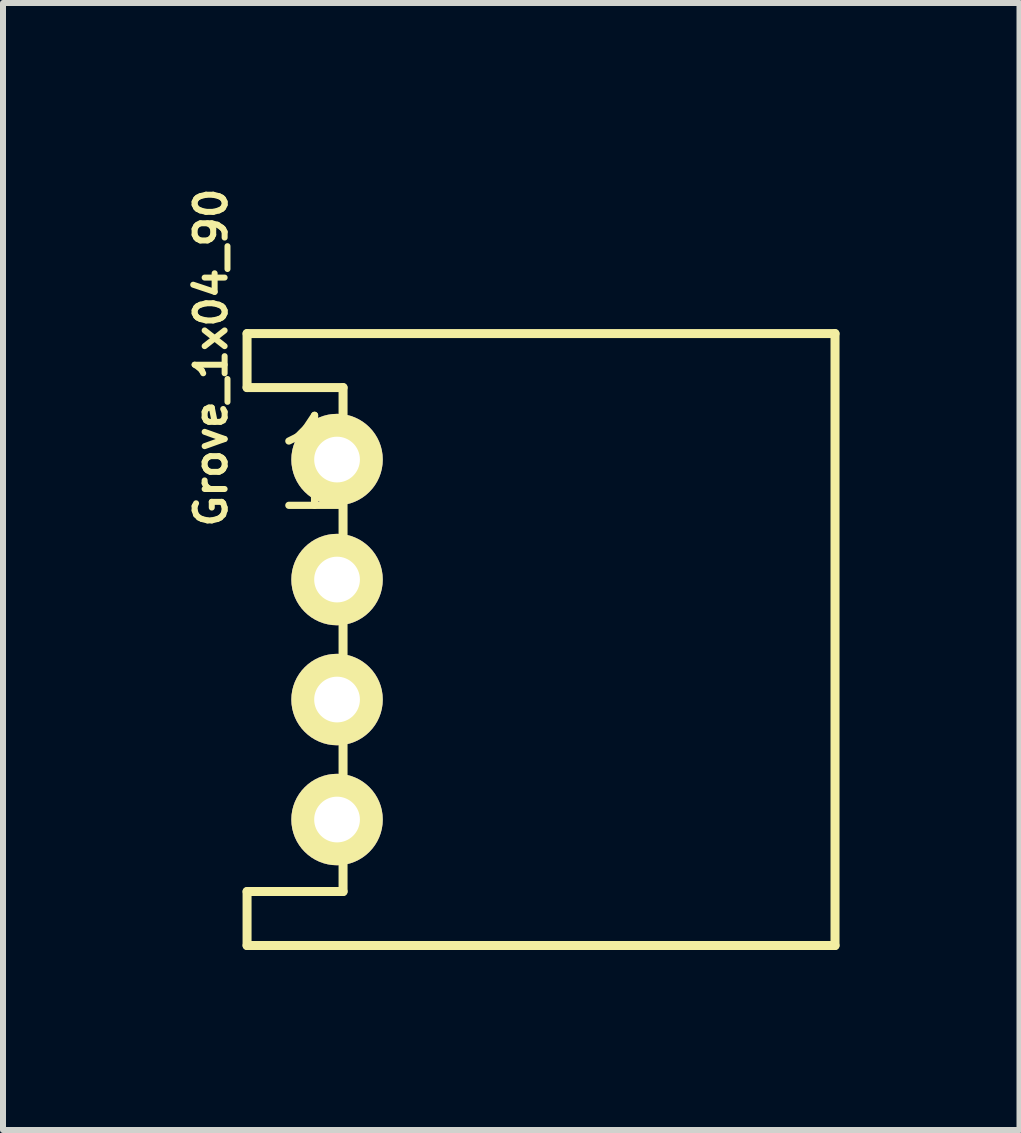
<source format=kicad_pcb>
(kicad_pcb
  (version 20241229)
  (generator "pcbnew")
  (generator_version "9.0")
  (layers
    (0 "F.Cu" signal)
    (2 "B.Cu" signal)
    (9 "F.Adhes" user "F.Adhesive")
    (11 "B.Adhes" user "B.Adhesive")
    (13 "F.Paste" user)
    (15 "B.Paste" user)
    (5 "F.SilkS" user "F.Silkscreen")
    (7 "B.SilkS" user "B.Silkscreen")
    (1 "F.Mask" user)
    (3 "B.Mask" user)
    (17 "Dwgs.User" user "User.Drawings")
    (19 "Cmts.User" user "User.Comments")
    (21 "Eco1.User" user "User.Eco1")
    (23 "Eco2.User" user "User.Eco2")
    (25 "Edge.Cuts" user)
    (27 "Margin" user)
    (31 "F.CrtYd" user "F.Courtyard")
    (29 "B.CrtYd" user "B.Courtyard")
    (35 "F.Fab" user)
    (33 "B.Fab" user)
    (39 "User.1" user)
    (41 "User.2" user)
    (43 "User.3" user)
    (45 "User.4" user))
  (footprint "Grove_1x04_90"
    (layer "F.Cu")
    (at 2.568 4.61)
    (property "Reference" "Grove_1x04_90" (at -2.1 -1.7 90) (layer "F.SilkS") (effects (font (size 0.5 0.5) (thickness 0.1))))
    (attr through_hole)
    (fp_line (start -1.5 -2.1) (end 8.3 -2.1) (stroke (width 0.15) (type solid)) (layer "F.SilkS"))
    (fp_line (start -1.5 -1.2) (end -1.5 -2.1) (stroke (width 0.15) (type solid)) (layer "F.SilkS"))
    (fp_line (start -1.5 7.2) (end 0.1 7.2) (stroke (width 0.15) (type solid)) (layer "F.SilkS"))
    (fp_line (start -1.5 8.1) (end -1.5 7.2) (stroke (width 0.15) (type solid)) (layer "F.SilkS"))
    (fp_line (start 0.1 -1.2) (end -1.5 -1.2) (stroke (width 0.15) (type solid)) (layer "F.SilkS"))
    (fp_line (start 0.1 7.2) (end 0.1 -1.2) (stroke (width 0.15) (type solid)) (layer "F.SilkS"))
    (fp_line (start 8.3 -2.1) (end 8.3 8.1) (stroke (width 0.15) (type solid)) (layer "F.SilkS"))
    (fp_line (start 8.3 8.1) (end -1.5 8.1) (stroke (width 0.15) (type solid)) (layer "F.SilkS"))
    (fp_text user "1" (at -0.375 0.075 0) (layer "F.SilkS") (effects (font (size 1.5 1.5) (thickness 0.12))))
    (pad "1" thru_hole circle (at 0 0) (size 1.524 1.524) (drill 0.762) (layers "*.Cu" "*.Mask" "F.SilkS"))
    (pad "2" thru_hole circle (at 0 2) (size 1.524 1.524) (drill 0.762) (layers "*.Cu" "*.Mask" "F.SilkS"))
    (pad "3" thru_hole circle (at 0 4) (size 1.524 1.524) (drill 0.762) (layers "*.Cu" "*.Mask" "F.SilkS"))
    (pad "4" thru_hole circle (at 0 6) (size 1.524 1.524) (drill 0.762) (layers "*.Cu" "*.Mask" "F.SilkS")))
  (gr_rect
    (start -3 -3)
    (end 13.943 15.785)
    (stroke (width 0.1) (type default))
    (fill no)
    (layer "Edge.Cuts")))
</source>
